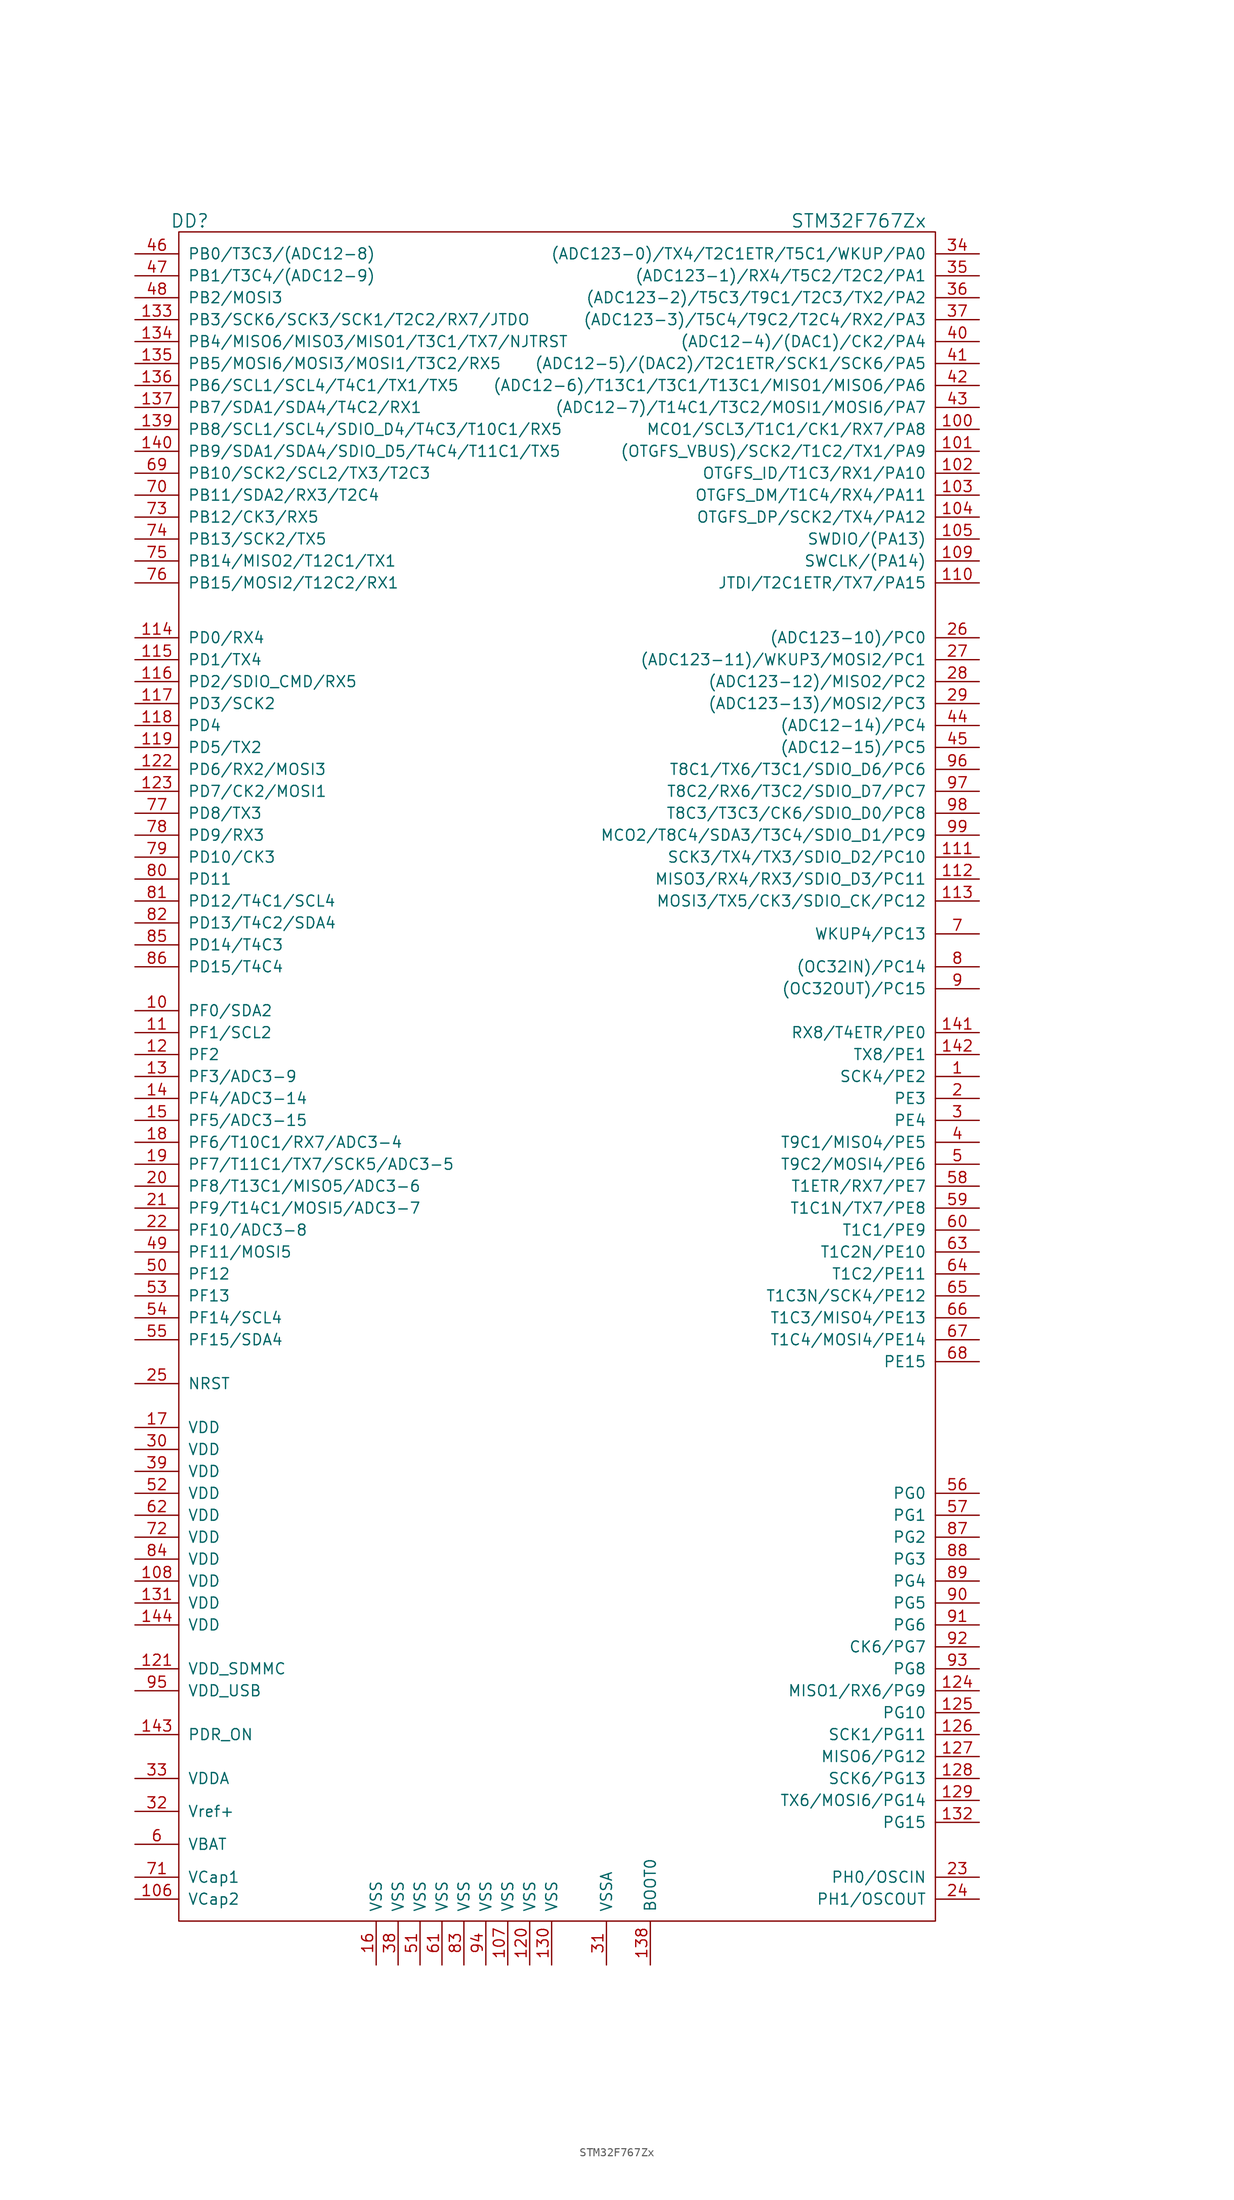
<source format=kicad_sym>
(kicad_symbol_lib
  (version 20201005)
  (generator kicad_symbol_editor)
  (symbol "st_kl:STM32F767Zx"
    (pin_names
      (offset 1.016))
    (property "Reference" "DD"
      (at -41.91 106.68 0)
      (effects (font (size 1.524 1.524))))
    (property "Value" "STM32F767Zx"
      (at 35.56 106.68 0)
      (effects (font (size 1.524 1.524))))
    (property "Footprint" ""
      (at 63.5 35.56 0)
      (effects (font (size 1.524 1.524))))
    (property "Datasheet" ""
      (at 63.5 35.56 0)
      (effects (font (size 1.524 1.524))))
    (symbol "STM32F767Zx_0_1"
      (rectangle (start -43.18 105.41) (end 44.45 -90.17) (stroke (width 0)) (fill (type none))))
    (symbol "STM32F767Zx_1_1"
      (pin passive line (at 49.53 7.62 180) (length 5.08) (name "SCK4/PE2" (effects (font (size 1.27 1.27)))) (number "1" (effects (font (size 1.27 1.27)))))
      (pin passive line (at -48.26 15.24 0) (length 5.08) (name "PF0/SDA2" (effects (font (size 1.27 1.27)))) (number "10" (effects (font (size 1.27 1.27)))))
      (pin passive line (at 49.53 82.55 180) (length 5.08) (name "MCO1/SCL3/T1C1/CK1/RX7/PA8" (effects (font (size 1.27 1.27)))) (number "100" (effects (font (size 1.27 1.27)))))
      (pin passive line (at 49.53 80.01 180) (length 5.08) (name "(OTGFS_VBUS)/SCK2/T1C2/TX1/PA9" (effects (font (size 1.27 1.27)))) (number "101" (effects (font (size 1.27 1.27)))))
      (pin passive line (at 49.53 77.47 180) (length 5.08) (name "OTGFS_ID/T1C3/RX1/PA10" (effects (font (size 1.27 1.27)))) (number "102" (effects (font (size 1.27 1.27)))))
      (pin passive line (at 49.53 74.93 180) (length 5.08) (name "OTGFS_DM/T1C4/RX4/PA11" (effects (font (size 1.27 1.27)))) (number "103" (effects (font (size 1.27 1.27)))))
      (pin passive line (at 49.53 72.39 180) (length 5.08) (name "OTGFS_DP/SCK2/TX4/PA12" (effects (font (size 1.27 1.27)))) (number "104" (effects (font (size 1.27 1.27)))))
      (pin passive line (at 49.53 69.85 180) (length 5.08) (name "SWDIO/(PA13)" (effects (font (size 1.27 1.27)))) (number "105" (effects (font (size 1.27 1.27)))))
      (pin passive line (at -48.26 -87.63 0) (length 5.08) (name "VCap2" (effects (font (size 1.27 1.27)))) (number "106" (effects (font (size 1.27 1.27)))))
      (pin power_in line (at -5.08 -95.25 90) (length 5.08) (name "VSS" (effects (font (size 1.27 1.27)))) (number "107" (effects (font (size 1.27 1.27)))))
      (pin power_in line (at -48.26 -50.8 0) (length 5.08) (name "VDD" (effects (font (size 1.27 1.27)))) (number "108" (effects (font (size 1.27 1.27)))))
      (pin passive line (at 49.53 67.31 180) (length 5.08) (name "SWCLK/(PA14)" (effects (font (size 1.27 1.27)))) (number "109" (effects (font (size 1.27 1.27)))))
      (pin passive line (at -48.26 12.7 0) (length 5.08) (name "PF1/SCL2" (effects (font (size 1.27 1.27)))) (number "11" (effects (font (size 1.27 1.27)))))
      (pin passive line (at 49.53 64.77 180) (length 5.08) (name "JTDI/T2C1ETR/TX7/PA15" (effects (font (size 1.27 1.27)))) (number "110" (effects (font (size 1.27 1.27)))))
      (pin passive line (at 49.53 33.02 180) (length 5.08) (name "SCK3/TX4/TX3/SDIO_D2/PC10" (effects (font (size 1.27 1.27)))) (number "111" (effects (font (size 1.27 1.27)))))
      (pin passive line (at 49.53 30.48 180) (length 5.08) (name "MISO3/RX4/RX3/SDIO_D3/PC11" (effects (font (size 1.27 1.27)))) (number "112" (effects (font (size 1.27 1.27)))))
      (pin passive line (at 49.53 27.94 180) (length 5.08) (name "MOSI3/TX5/CK3/SDIO_CK/PC12" (effects (font (size 1.27 1.27)))) (number "113" (effects (font (size 1.27 1.27)))))
      (pin passive line (at -48.26 58.42 0) (length 5.08) (name "PD0/RX4" (effects (font (size 1.27 1.27)))) (number "114" (effects (font (size 1.27 1.27)))))
      (pin passive line (at -48.26 55.88 0) (length 5.08) (name "PD1/TX4" (effects (font (size 1.27 1.27)))) (number "115" (effects (font (size 1.27 1.27)))))
      (pin passive line (at -48.26 53.34 0) (length 5.08) (name "PD2/SDIO_CMD/RX5" (effects (font (size 1.27 1.27)))) (number "116" (effects (font (size 1.27 1.27)))))
      (pin passive line (at -48.26 50.8 0) (length 5.08) (name "PD3/SCK2" (effects (font (size 1.27 1.27)))) (number "117" (effects (font (size 1.27 1.27)))))
      (pin passive line (at -48.26 48.26 0) (length 5.08) (name "PD4" (effects (font (size 1.27 1.27)))) (number "118" (effects (font (size 1.27 1.27)))))
      (pin passive line (at -48.26 45.72 0) (length 5.08) (name "PD5/TX2" (effects (font (size 1.27 1.27)))) (number "119" (effects (font (size 1.27 1.27)))))
      (pin passive line (at -48.26 10.16 0) (length 5.08) (name "PF2" (effects (font (size 1.27 1.27)))) (number "12" (effects (font (size 1.27 1.27)))))
      (pin power_in line (at -2.54 -95.25 90) (length 5.08) (name "VSS" (effects (font (size 1.27 1.27)))) (number "120" (effects (font (size 1.27 1.27)))))
      (pin power_in line (at -48.26 -60.96 0) (length 5.08) (name "VDD_SDMMC" (effects (font (size 1.27 1.27)))) (number "121" (effects (font (size 1.27 1.27)))))
      (pin passive line (at -48.26 43.18 0) (length 5.08) (name "PD6/RX2/MOSI3" (effects (font (size 1.27 1.27)))) (number "122" (effects (font (size 1.27 1.27)))))
      (pin passive line (at -48.26 40.64 0) (length 5.08) (name "PD7/CK2/MOSI1" (effects (font (size 1.27 1.27)))) (number "123" (effects (font (size 1.27 1.27)))))
      (pin passive line (at 49.53 -63.5 180) (length 5.08) (name "MISO1/RX6/PG9" (effects (font (size 1.27 1.27)))) (number "124" (effects (font (size 1.27 1.27)))))
      (pin passive line (at 49.53 -66.04 180) (length 5.08) (name "PG10" (effects (font (size 1.27 1.27)))) (number "125" (effects (font (size 1.27 1.27)))))
      (pin passive line (at 49.53 -68.58 180) (length 5.08) (name "SCK1/PG11" (effects (font (size 1.27 1.27)))) (number "126" (effects (font (size 1.27 1.27)))))
      (pin passive line (at 49.53 -71.12 180) (length 5.08) (name "MISO6/PG12" (effects (font (size 1.27 1.27)))) (number "127" (effects (font (size 1.27 1.27)))))
      (pin passive line (at 49.53 -73.66 180) (length 5.08) (name "SCK6/PG13" (effects (font (size 1.27 1.27)))) (number "128" (effects (font (size 1.27 1.27)))))
      (pin passive line (at 49.53 -76.2 180) (length 5.08) (name "TX6/MOSI6/PG14" (effects (font (size 1.27 1.27)))) (number "129" (effects (font (size 1.27 1.27)))))
      (pin passive line (at -48.26 7.62 0) (length 5.08) (name "PF3/ADC3-9" (effects (font (size 1.27 1.27)))) (number "13" (effects (font (size 1.27 1.27)))))
      (pin power_in line (at 0 -95.25 90) (length 5.08) (name "VSS" (effects (font (size 1.27 1.27)))) (number "130" (effects (font (size 1.27 1.27)))))
      (pin power_in line (at -48.26 -53.34 0) (length 5.08) (name "VDD" (effects (font (size 1.27 1.27)))) (number "131" (effects (font (size 1.27 1.27)))))
      (pin passive line (at 49.53 -78.74 180) (length 5.08) (name "PG15" (effects (font (size 1.27 1.27)))) (number "132" (effects (font (size 1.27 1.27)))))
      (pin passive line (at -48.26 95.25 0) (length 5.08) (name "PB3/SCK6/SCK3/SCK1/T2C2/RX7/JTDO" (effects (font (size 1.27 1.27)))) (number "133" (effects (font (size 1.27 1.27)))))
      (pin passive line (at -48.26 92.71 0) (length 5.08) (name "PB4/MISO6/MISO3/MISO1/T3C1/TX7/NJTRST" (effects (font (size 1.27 1.27)))) (number "134" (effects (font (size 1.27 1.27)))))
      (pin passive line (at -48.26 90.17 0) (length 5.08) (name "PB5/MOSI6/MOSI3/MOSI1/T3C2/RX5" (effects (font (size 1.27 1.27)))) (number "135" (effects (font (size 1.27 1.27)))))
      (pin passive line (at -48.26 87.63 0) (length 5.08) (name "PB6/SCL1/SCL4/T4C1/TX1/TX5" (effects (font (size 1.27 1.27)))) (number "136" (effects (font (size 1.27 1.27)))))
      (pin passive line (at -48.26 85.09 0) (length 5.08) (name "PB7/SDA1/SDA4/T4C2/RX1" (effects (font (size 1.27 1.27)))) (number "137" (effects (font (size 1.27 1.27)))))
      (pin passive line (at 11.43 -95.25 90) (length 5.08) (name "BOOT0" (effects (font (size 1.27 1.27)))) (number "138" (effects (font (size 1.27 1.27)))))
      (pin passive line (at -48.26 82.55 0) (length 5.08) (name "PB8/SCL1/SCL4/SDIO_D4/T4C3/T10C1/RX5" (effects (font (size 1.27 1.27)))) (number "139" (effects (font (size 1.27 1.27)))))
      (pin passive line (at -48.26 5.08 0) (length 5.08) (name "PF4/ADC3-14" (effects (font (size 1.27 1.27)))) (number "14" (effects (font (size 1.27 1.27)))))
      (pin passive line (at -48.26 80.01 0) (length 5.08) (name "PB9/SDA1/SDA4/SDIO_D5/T4C4/T11C1/TX5" (effects (font (size 1.27 1.27)))) (number "140" (effects (font (size 1.27 1.27)))))
      (pin passive line (at 49.53 12.7 180) (length 5.08) (name "RX8/T4ETR/PE0" (effects (font (size 1.27 1.27)))) (number "141" (effects (font (size 1.27 1.27)))))
      (pin passive line (at 49.53 10.16 180) (length 5.08) (name "TX8/PE1" (effects (font (size 1.27 1.27)))) (number "142" (effects (font (size 1.27 1.27)))))
      (pin passive line (at -48.26 -68.58 0) (length 5.08) (name "PDR_ON" (effects (font (size 1.27 1.27)))) (number "143" (effects (font (size 1.27 1.27)))))
      (pin power_in line (at -48.26 -55.88 0) (length 5.08) (name "VDD" (effects (font (size 1.27 1.27)))) (number "144" (effects (font (size 1.27 1.27)))))
      (pin passive line (at -48.26 2.54 0) (length 5.08) (name "PF5/ADC3-15" (effects (font (size 1.27 1.27)))) (number "15" (effects (font (size 1.27 1.27)))))
      (pin power_in line (at -20.32 -95.25 90) (length 5.08) (name "VSS" (effects (font (size 1.27 1.27)))) (number "16" (effects (font (size 1.27 1.27)))))
      (pin power_in line (at -48.26 -33.02 0) (length 5.08) (name "VDD" (effects (font (size 1.27 1.27)))) (number "17" (effects (font (size 1.27 1.27)))))
      (pin passive line (at -48.26 0 0) (length 5.08) (name "PF6/T10C1/RX7/ADC3-4" (effects (font (size 1.27 1.27)))) (number "18" (effects (font (size 1.27 1.27)))))
      (pin passive line (at -48.26 -2.54 0) (length 5.08) (name "PF7/T11C1/TX7/SCK5/ADC3-5" (effects (font (size 1.27 1.27)))) (number "19" (effects (font (size 1.27 1.27)))))
      (pin passive line (at 49.53 5.08 180) (length 5.08) (name "PE3" (effects (font (size 1.27 1.27)))) (number "2" (effects (font (size 1.27 1.27)))))
      (pin passive line (at -48.26 -5.08 0) (length 5.08) (name "PF8/T13C1/MISO5/ADC3-6" (effects (font (size 1.27 1.27)))) (number "20" (effects (font (size 1.27 1.27)))))
      (pin passive line (at -48.26 -7.62 0) (length 5.08) (name "PF9/T14C1/MOSI5/ADC3-7" (effects (font (size 1.27 1.27)))) (number "21" (effects (font (size 1.27 1.27)))))
      (pin passive line (at -48.26 -10.16 0) (length 5.08) (name "PF10/ADC3-8" (effects (font (size 1.27 1.27)))) (number "22" (effects (font (size 1.27 1.27)))))
      (pin passive line (at 49.53 -85.09 180) (length 5.08) (name "PH0/OSCIN" (effects (font (size 1.27 1.27)))) (number "23" (effects (font (size 1.27 1.27)))))
      (pin passive line (at 49.53 -87.63 180) (length 5.08) (name "PH1/OSCOUT" (effects (font (size 1.27 1.27)))) (number "24" (effects (font (size 1.27 1.27)))))
      (pin passive line (at -48.26 -27.94 0) (length 5.08) (name "NRST" (effects (font (size 1.27 1.27)))) (number "25" (effects (font (size 1.27 1.27)))))
      (pin passive line (at 49.53 58.42 180) (length 5.08) (name "(ADC123-10)/PC0" (effects (font (size 1.27 1.27)))) (number "26" (effects (font (size 1.27 1.27)))))
      (pin passive line (at 49.53 55.88 180) (length 5.08) (name "(ADC123-11)/WKUP3/MOSI2/PC1" (effects (font (size 1.27 1.27)))) (number "27" (effects (font (size 1.27 1.27)))))
      (pin passive line (at 49.53 53.34 180) (length 5.08) (name "(ADC123-12)/MISO2/PC2" (effects (font (size 1.27 1.27)))) (number "28" (effects (font (size 1.27 1.27)))))
      (pin passive line (at 49.53 50.8 180) (length 5.08) (name "(ADC123-13)/MOSI2/PC3" (effects (font (size 1.27 1.27)))) (number "29" (effects (font (size 1.27 1.27)))))
      (pin passive line (at 49.53 2.54 180) (length 5.08) (name "PE4" (effects (font (size 1.27 1.27)))) (number "3" (effects (font (size 1.27 1.27)))))
      (pin power_in line (at -48.26 -35.56 0) (length 5.08) (name "VDD" (effects (font (size 1.27 1.27)))) (number "30" (effects (font (size 1.27 1.27)))))
      (pin power_in line (at 6.35 -95.25 90) (length 5.08) (name "VSSA" (effects (font (size 1.27 1.27)))) (number "31" (effects (font (size 1.27 1.27)))))
      (pin passive line (at -48.26 -77.47 0) (length 5.08) (name "Vref+" (effects (font (size 1.27 1.27)))) (number "32" (effects (font (size 1.27 1.27)))))
      (pin power_in line (at -48.26 -73.66 0) (length 5.08) (name "VDDA" (effects (font (size 1.27 1.27)))) (number "33" (effects (font (size 1.27 1.27)))))
      (pin passive line (at 49.53 102.87 180) (length 5.08) (name "(ADC123-0)/TX4/T2C1ETR/T5C1/WKUP/PA0" (effects (font (size 1.27 1.27)))) (number "34" (effects (font (size 1.27 1.27)))))
      (pin passive line (at 49.53 100.33 180) (length 5.08) (name "(ADC123-1)/RX4/T5C2/T2C2/PA1" (effects (font (size 1.27 1.27)))) (number "35" (effects (font (size 1.27 1.27)))))
      (pin passive line (at 49.53 97.79 180) (length 5.08) (name "(ADC123-2)/T5C3/T9C1/T2C3/TX2/PA2" (effects (font (size 1.27 1.27)))) (number "36" (effects (font (size 1.27 1.27)))))
      (pin passive line (at 49.53 95.25 180) (length 5.08) (name "(ADC123-3)/T5C4/T9C2/T2C4/RX2/PA3" (effects (font (size 1.27 1.27)))) (number "37" (effects (font (size 1.27 1.27)))))
      (pin power_in line (at -17.78 -95.25 90) (length 5.08) (name "VSS" (effects (font (size 1.27 1.27)))) (number "38" (effects (font (size 1.27 1.27)))))
      (pin power_in line (at -48.26 -38.1 0) (length 5.08) (name "VDD" (effects (font (size 1.27 1.27)))) (number "39" (effects (font (size 1.27 1.27)))))
      (pin passive line (at 49.53 0 180) (length 5.08) (name "T9C1/MISO4/PE5" (effects (font (size 1.27 1.27)))) (number "4" (effects (font (size 1.27 1.27)))))
      (pin passive line (at 49.53 92.71 180) (length 5.08) (name "(ADC12-4)/(DAC1)/CK2/PA4" (effects (font (size 1.27 1.27)))) (number "40" (effects (font (size 1.27 1.27)))))
      (pin passive line (at 49.53 90.17 180) (length 5.08) (name "(ADC12-5)/(DAC2)/T2C1ETR/SCK1/SCK6/PA5" (effects (font (size 1.27 1.27)))) (number "41" (effects (font (size 1.27 1.27)))))
      (pin passive line (at 49.53 87.63 180) (length 5.08) (name "(ADC12-6)/T13C1/T3C1/T13C1/MISO1/MISO6/PA6" (effects (font (size 1.27 1.27)))) (number "42" (effects (font (size 1.27 1.27)))))
      (pin passive line (at 49.53 85.09 180) (length 5.08) (name "(ADC12-7)/T14C1/T3C2/MOSI1/MOSI6/PA7" (effects (font (size 1.27 1.27)))) (number "43" (effects (font (size 1.27 1.27)))))
      (pin passive line (at 49.53 48.26 180) (length 5.08) (name "(ADC12-14)/PC4" (effects (font (size 1.27 1.27)))) (number "44" (effects (font (size 1.27 1.27)))))
      (pin passive line (at 49.53 45.72 180) (length 5.08) (name "(ADC12-15)/PC5" (effects (font (size 1.27 1.27)))) (number "45" (effects (font (size 1.27 1.27)))))
      (pin passive line (at -48.26 102.87 0) (length 5.08) (name "PB0/T3C3/(ADC12-8)" (effects (font (size 1.27 1.27)))) (number "46" (effects (font (size 1.27 1.27)))))
      (pin passive line (at -48.26 100.33 0) (length 5.08) (name "PB1/T3C4/(ADC12-9)" (effects (font (size 1.27 1.27)))) (number "47" (effects (font (size 1.27 1.27)))))
      (pin passive line (at -48.26 97.79 0) (length 5.08) (name "PB2/MOSI3" (effects (font (size 1.27 1.27)))) (number "48" (effects (font (size 1.27 1.27)))))
      (pin passive line (at -48.26 -12.7 0) (length 5.08) (name "PF11/MOSI5" (effects (font (size 1.27 1.27)))) (number "49" (effects (font (size 1.27 1.27)))))
      (pin passive line (at 49.53 -2.54 180) (length 5.08) (name "T9C2/MOSI4/PE6" (effects (font (size 1.27 1.27)))) (number "5" (effects (font (size 1.27 1.27)))))
      (pin passive line (at -48.26 -15.24 0) (length 5.08) (name "PF12" (effects (font (size 1.27 1.27)))) (number "50" (effects (font (size 1.27 1.27)))))
      (pin power_in line (at -15.24 -95.25 90) (length 5.08) (name "VSS" (effects (font (size 1.27 1.27)))) (number "51" (effects (font (size 1.27 1.27)))))
      (pin power_in line (at -48.26 -40.64 0) (length 5.08) (name "VDD" (effects (font (size 1.27 1.27)))) (number "52" (effects (font (size 1.27 1.27)))))
      (pin passive line (at -48.26 -17.78 0) (length 5.08) (name "PF13" (effects (font (size 1.27 1.27)))) (number "53" (effects (font (size 1.27 1.27)))))
      (pin passive line (at -48.26 -20.32 0) (length 5.08) (name "PF14/SCL4" (effects (font (size 1.27 1.27)))) (number "54" (effects (font (size 1.27 1.27)))))
      (pin passive line (at -48.26 -22.86 0) (length 5.08) (name "PF15/SDA4" (effects (font (size 1.27 1.27)))) (number "55" (effects (font (size 1.27 1.27)))))
      (pin passive line (at 49.53 -40.64 180) (length 5.08) (name "PG0" (effects (font (size 1.27 1.27)))) (number "56" (effects (font (size 1.27 1.27)))))
      (pin passive line (at 49.53 -43.18 180) (length 5.08) (name "PG1" (effects (font (size 1.27 1.27)))) (number "57" (effects (font (size 1.27 1.27)))))
      (pin passive line (at 49.53 -5.08 180) (length 5.08) (name "T1ETR/RX7/PE7" (effects (font (size 1.27 1.27)))) (number "58" (effects (font (size 1.27 1.27)))))
      (pin passive line (at 49.53 -7.62 180) (length 5.08) (name "T1C1N/TX7/PE8" (effects (font (size 1.27 1.27)))) (number "59" (effects (font (size 1.27 1.27)))))
      (pin power_in line (at -48.26 -81.28 0) (length 5.08) (name "VBAT" (effects (font (size 1.27 1.27)))) (number "6" (effects (font (size 1.27 1.27)))))
      (pin passive line (at 49.53 -10.16 180) (length 5.08) (name "T1C1/PE9" (effects (font (size 1.27 1.27)))) (number "60" (effects (font (size 1.27 1.27)))))
      (pin power_in line (at -12.7 -95.25 90) (length 5.08) (name "VSS" (effects (font (size 1.27 1.27)))) (number "61" (effects (font (size 1.27 1.27)))))
      (pin power_in line (at -48.26 -43.18 0) (length 5.08) (name "VDD" (effects (font (size 1.27 1.27)))) (number "62" (effects (font (size 1.27 1.27)))))
      (pin passive line (at 49.53 -12.7 180) (length 5.08) (name "T1C2N/PE10" (effects (font (size 1.27 1.27)))) (number "63" (effects (font (size 1.27 1.27)))))
      (pin passive line (at 49.53 -15.24 180) (length 5.08) (name "T1C2/PE11" (effects (font (size 1.27 1.27)))) (number "64" (effects (font (size 1.27 1.27)))))
      (pin passive line (at 49.53 -17.78 180) (length 5.08) (name "T1C3N/SCK4/PE12" (effects (font (size 1.27 1.27)))) (number "65" (effects (font (size 1.27 1.27)))))
      (pin passive line (at 49.53 -20.32 180) (length 5.08) (name "T1C3/MISO4/PE13" (effects (font (size 1.27 1.27)))) (number "66" (effects (font (size 1.27 1.27)))))
      (pin passive line (at 49.53 -22.86 180) (length 5.08) (name "T1C4/MOSI4/PE14" (effects (font (size 1.27 1.27)))) (number "67" (effects (font (size 1.27 1.27)))))
      (pin passive line (at 49.53 -25.4 180) (length 5.08) (name "PE15" (effects (font (size 1.27 1.27)))) (number "68" (effects (font (size 1.27 1.27)))))
      (pin passive line (at -48.26 77.47 0) (length 5.08) (name "PB10/SCK2/SCL2/TX3/T2C3" (effects (font (size 1.27 1.27)))) (number "69" (effects (font (size 1.27 1.27)))))
      (pin passive line (at 49.53 24.13 180) (length 5.08) (name "WKUP4/PC13" (effects (font (size 1.27 1.27)))) (number "7" (effects (font (size 1.27 1.27)))))
      (pin passive line (at -48.26 74.93 0) (length 5.08) (name "PB11/SDA2/RX3/T2C4" (effects (font (size 1.27 1.27)))) (number "70" (effects (font (size 1.27 1.27)))))
      (pin passive line (at -48.26 -85.09 0) (length 5.08) (name "VCap1" (effects (font (size 1.27 1.27)))) (number "71" (effects (font (size 1.27 1.27)))))
      (pin power_in line (at -48.26 -45.72 0) (length 5.08) (name "VDD" (effects (font (size 1.27 1.27)))) (number "72" (effects (font (size 1.27 1.27)))))
      (pin passive line (at -48.26 72.39 0) (length 5.08) (name "PB12/CK3/RX5" (effects (font (size 1.27 1.27)))) (number "73" (effects (font (size 1.27 1.27)))))
      (pin passive line (at -48.26 69.85 0) (length 5.08) (name "PB13/SCK2/TX5" (effects (font (size 1.27 1.27)))) (number "74" (effects (font (size 1.27 1.27)))))
      (pin passive line (at -48.26 67.31 0) (length 5.08) (name "PB14/MISO2/T12C1/TX1" (effects (font (size 1.27 1.27)))) (number "75" (effects (font (size 1.27 1.27)))))
      (pin passive line (at -48.26 64.77 0) (length 5.08) (name "PB15/MOSI2/T12C2/RX1" (effects (font (size 1.27 1.27)))) (number "76" (effects (font (size 1.27 1.27)))))
      (pin passive line (at -48.26 38.1 0) (length 5.08) (name "PD8/TX3" (effects (font (size 1.27 1.27)))) (number "77" (effects (font (size 1.27 1.27)))))
      (pin passive line (at -48.26 35.56 0) (length 5.08) (name "PD9/RX3" (effects (font (size 1.27 1.27)))) (number "78" (effects (font (size 1.27 1.27)))))
      (pin passive line (at -48.26 33.02 0) (length 5.08) (name "PD10/CK3" (effects (font (size 1.27 1.27)))) (number "79" (effects (font (size 1.27 1.27)))))
      (pin passive line (at 49.53 20.32 180) (length 5.08) (name "(OC32IN)/PC14" (effects (font (size 1.27 1.27)))) (number "8" (effects (font (size 1.27 1.27)))))
      (pin passive line (at -48.26 30.48 0) (length 5.08) (name "PD11" (effects (font (size 1.27 1.27)))) (number "80" (effects (font (size 1.27 1.27)))))
      (pin passive line (at -48.26 27.94 0) (length 5.08) (name "PD12/T4C1/SCL4" (effects (font (size 1.27 1.27)))) (number "81" (effects (font (size 1.27 1.27)))))
      (pin passive line (at -48.26 25.4 0) (length 5.08) (name "PD13/T4C2/SDA4" (effects (font (size 1.27 1.27)))) (number "82" (effects (font (size 1.27 1.27)))))
      (pin power_in line (at -10.16 -95.25 90) (length 5.08) (name "VSS" (effects (font (size 1.27 1.27)))) (number "83" (effects (font (size 1.27 1.27)))))
      (pin power_in line (at -48.26 -48.26 0) (length 5.08) (name "VDD" (effects (font (size 1.27 1.27)))) (number "84" (effects (font (size 1.27 1.27)))))
      (pin passive line (at -48.26 22.86 0) (length 5.08) (name "PD14/T4C3" (effects (font (size 1.27 1.27)))) (number "85" (effects (font (size 1.27 1.27)))))
      (pin passive line (at -48.26 20.32 0) (length 5.08) (name "PD15/T4C4" (effects (font (size 1.27 1.27)))) (number "86" (effects (font (size 1.27 1.27)))))
      (pin passive line (at 49.53 -45.72 180) (length 5.08) (name "PG2" (effects (font (size 1.27 1.27)))) (number "87" (effects (font (size 1.27 1.27)))))
      (pin passive line (at 49.53 -48.26 180) (length 5.08) (name "PG3" (effects (font (size 1.27 1.27)))) (number "88" (effects (font (size 1.27 1.27)))))
      (pin passive line (at 49.53 -50.8 180) (length 5.08) (name "PG4" (effects (font (size 1.27 1.27)))) (number "89" (effects (font (size 1.27 1.27)))))
      (pin passive line (at 49.53 17.78 180) (length 5.08) (name "(OC32OUT)/PC15" (effects (font (size 1.27 1.27)))) (number "9" (effects (font (size 1.27 1.27)))))
      (pin passive line (at 49.53 -53.34 180) (length 5.08) (name "PG5" (effects (font (size 1.27 1.27)))) (number "90" (effects (font (size 1.27 1.27)))))
      (pin passive line (at 49.53 -55.88 180) (length 5.08) (name "PG6" (effects (font (size 1.27 1.27)))) (number "91" (effects (font (size 1.27 1.27)))))
      (pin passive line (at 49.53 -58.42 180) (length 5.08) (name "CK6/PG7" (effects (font (size 1.27 1.27)))) (number "92" (effects (font (size 1.27 1.27)))))
      (pin passive line (at 49.53 -60.96 180) (length 5.08) (name "PG8" (effects (font (size 1.27 1.27)))) (number "93" (effects (font (size 1.27 1.27)))))
      (pin power_in line (at -7.62 -95.25 90) (length 5.08) (name "VSS" (effects (font (size 1.27 1.27)))) (number "94" (effects (font (size 1.27 1.27)))))
      (pin power_in line (at -48.26 -63.5 0) (length 5.08) (name "VDD_USB" (effects (font (size 1.27 1.27)))) (number "95" (effects (font (size 1.27 1.27)))))
      (pin passive line (at 49.53 43.18 180) (length 5.08) (name "T8C1/TX6/T3C1/SDIO_D6/PC6" (effects (font (size 1.27 1.27)))) (number "96" (effects (font (size 1.27 1.27)))))
      (pin passive line (at 49.53 40.64 180) (length 5.08) (name "T8C2/RX6/T3C2/SDIO_D7/PC7" (effects (font (size 1.27 1.27)))) (number "97" (effects (font (size 1.27 1.27)))))
      (pin passive line (at 49.53 38.1 180) (length 5.08) (name "T8C3/T3C3/CK6/SDIO_D0/PC8" (effects (font (size 1.27 1.27)))) (number "98" (effects (font (size 1.27 1.27)))))
      (pin passive line (at 49.53 35.56 180) (length 5.08) (name "MCO2/T8C4/SDA3/T3C4/SDIO_D1/PC9" (effects (font (size 1.27 1.27)))) (number "99" (effects (font (size 1.27 1.27))))))))
</source>
